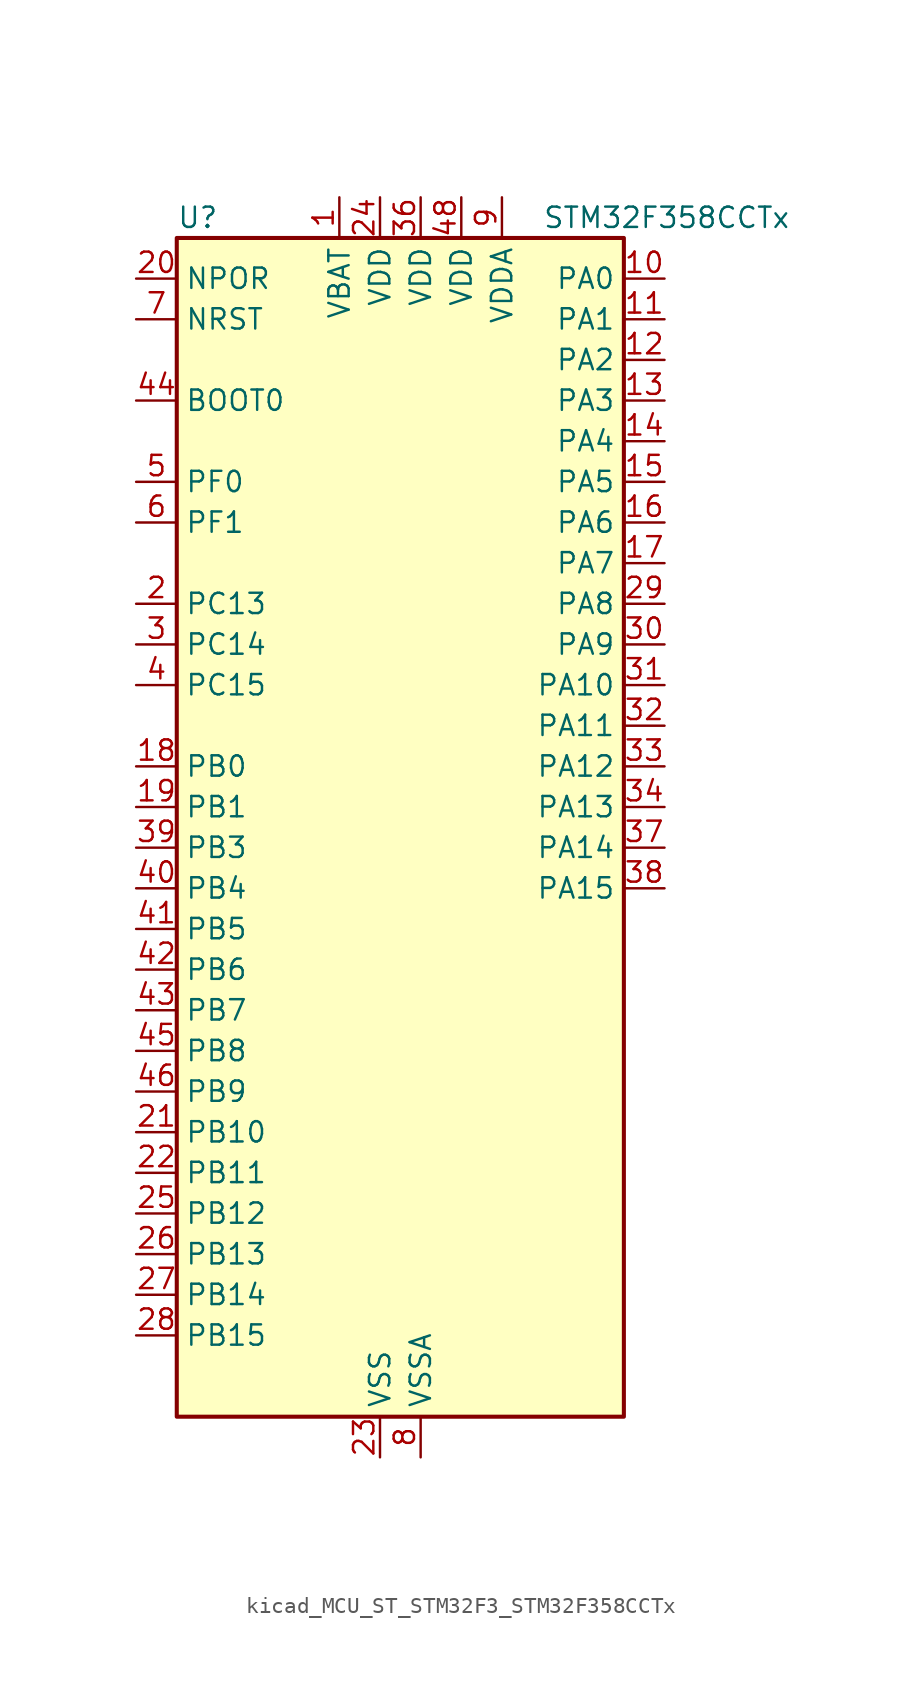
<source format=kicad_sym>
(kicad_symbol_lib
  (version 20220914)
  (generator kicad_symbol_editor)
  (symbol "kicad_MCU_ST_STM32F3_STM32F358CCTx"
    (property "Reference" "U"
      (at -12.7 39.37 0)
      (effects (font (size 1.27 1.27)) (justify left)))
    (property "Value" "STM32F358CCTx"
      (at 10.16 39.37 0)
      (effects (font (size 1.27 1.27)) (justify left)))
    (property "ki_locked" ""
      (at 0 0 0)
      (effects (font (size 1.27 1.27))))
    (symbol "kicad_MCU_ST_STM32F3_STM32F358CCTx_0_1"
      (rectangle (start -12.7 -35.56) (end 15.24 38.1) (stroke (width 0.254) (type default)) (fill (type background))))
    (symbol "kicad_MCU_ST_STM32F3_STM32F358CCTx_1_1"
      (pin power_in line (at -2.54 40.64 270) (length 2.54) (name "VBAT" (effects (font (size 1.27 1.27)))) (number "1" (effects (font (size 1.27 1.27)))))
      (pin bidirectional line (at 17.78 35.56 180) (length 2.54) (name "PA0" (effects (font (size 1.27 1.27)))) (number "10" (effects (font (size 1.27 1.27)))) (alternate "ADC1_IN1" bidirectional line) (alternate "COMP1_INM" bidirectional line) (alternate "COMP1_OUT" bidirectional line) (alternate "COMP7_INP" bidirectional line) (alternate "RTC_TAMP2" bidirectional line) (alternate "SYS_WKUP1" bidirectional line) (alternate "TIM2_CH1" bidirectional line) (alternate "TIM2_ETR" bidirectional line) (alternate "TIM8_BKIN" bidirectional line) (alternate "TIM8_ETR" bidirectional line) (alternate "TSC_G1_IO1" bidirectional line) (alternate "USART2_CTS" bidirectional line))
      (pin bidirectional line (at 17.78 33.02 180) (length 2.54) (name "PA1" (effects (font (size 1.27 1.27)))) (number "11" (effects (font (size 1.27 1.27)))) (alternate "ADC1_IN2" bidirectional line) (alternate "COMP1_INP" bidirectional line) (alternate "OPAMP1_VINP" bidirectional line) (alternate "OPAMP1_VINP_SEC" bidirectional line) (alternate "OPAMP3_VINP" bidirectional line) (alternate "OPAMP3_VINP_SEC" bidirectional line) (alternate "RTC_REFIN" bidirectional line) (alternate "TIM15_CH1N" bidirectional line) (alternate "TIM2_CH2" bidirectional line) (alternate "TSC_G1_IO2" bidirectional line) (alternate "USART2_DE" bidirectional line) (alternate "USART2_RTS" bidirectional line))
      (pin bidirectional line (at 17.78 30.48 180) (length 2.54) (name "PA2" (effects (font (size 1.27 1.27)))) (number "12" (effects (font (size 1.27 1.27)))) (alternate "ADC1_IN3" bidirectional line) (alternate "ADC3_EXTI2" bidirectional line) (alternate "ADC4_EXTI2" bidirectional line) (alternate "COMP2_INM" bidirectional line) (alternate "COMP2_OUT" bidirectional line) (alternate "OPAMP1_VOUT" bidirectional line) (alternate "TIM15_CH1" bidirectional line) (alternate "TIM2_CH3" bidirectional line) (alternate "TSC_G1_IO3" bidirectional line) (alternate "USART2_TX" bidirectional line))
      (pin bidirectional line (at 17.78 27.94 180) (length 2.54) (name "PA3" (effects (font (size 1.27 1.27)))) (number "13" (effects (font (size 1.27 1.27)))) (alternate "ADC1_IN4" bidirectional line) (alternate "COMP2_INP" bidirectional line) (alternate "OPAMP1_VINM" bidirectional line) (alternate "OPAMP1_VINM_SEC" bidirectional line) (alternate "OPAMP1_VINP" bidirectional line) (alternate "OPAMP1_VINP_SEC" bidirectional line) (alternate "TIM15_CH2" bidirectional line) (alternate "TIM2_CH4" bidirectional line) (alternate "TSC_G1_IO4" bidirectional line) (alternate "USART2_RX" bidirectional line))
      (pin bidirectional line (at 17.78 25.4 180) (length 2.54) (name "PA4" (effects (font (size 1.27 1.27)))) (number "14" (effects (font (size 1.27 1.27)))) (alternate "ADC2_IN1" bidirectional line) (alternate "COMP1_INM" bidirectional line) (alternate "COMP2_INM" bidirectional line) (alternate "COMP3_INM" bidirectional line) (alternate "COMP4_INM" bidirectional line) (alternate "COMP5_INM" bidirectional line) (alternate "COMP6_INM" bidirectional line) (alternate "COMP7_INM" bidirectional line) (alternate "DAC_OUT1" bidirectional line) (alternate "I2S3_WS" bidirectional line) (alternate "OPAMP4_VINP" bidirectional line) (alternate "OPAMP4_VINP_SEC" bidirectional line) (alternate "SPI1_NSS" bidirectional line) (alternate "SPI3_NSS" bidirectional line) (alternate "TIM3_CH2" bidirectional line) (alternate "TSC_G2_IO1" bidirectional line) (alternate "USART2_CK" bidirectional line))
      (pin bidirectional line (at 17.78 22.86 180) (length 2.54) (name "PA5" (effects (font (size 1.27 1.27)))) (number "15" (effects (font (size 1.27 1.27)))) (alternate "ADC2_IN2" bidirectional line) (alternate "COMP1_INM" bidirectional line) (alternate "COMP2_INM" bidirectional line) (alternate "COMP3_INM" bidirectional line) (alternate "COMP4_INM" bidirectional line) (alternate "COMP5_INM" bidirectional line) (alternate "COMP6_INM" bidirectional line) (alternate "COMP7_INM" bidirectional line) (alternate "DAC_OUT2" bidirectional line) (alternate "OPAMP1_VINP" bidirectional line) (alternate "OPAMP1_VINP_SEC" bidirectional line) (alternate "OPAMP2_VINM" bidirectional line) (alternate "OPAMP2_VINM_SEC" bidirectional line) (alternate "OPAMP3_VINP" bidirectional line) (alternate "OPAMP3_VINP_SEC" bidirectional line) (alternate "SPI1_SCK" bidirectional line) (alternate "TIM2_CH1" bidirectional line) (alternate "TIM2_ETR" bidirectional line) (alternate "TSC_G2_IO2" bidirectional line))
      (pin bidirectional line (at 17.78 20.32 180) (length 2.54) (name "PA6" (effects (font (size 1.27 1.27)))) (number "16" (effects (font (size 1.27 1.27)))) (alternate "ADC2_IN3" bidirectional line) (alternate "COMP1_OUT" bidirectional line) (alternate "OPAMP2_VOUT" bidirectional line) (alternate "SPI1_MISO" bidirectional line) (alternate "TIM16_CH1" bidirectional line) (alternate "TIM1_BKIN" bidirectional line) (alternate "TIM3_CH1" bidirectional line) (alternate "TIM8_BKIN" bidirectional line) (alternate "TSC_G2_IO3" bidirectional line))
      (pin bidirectional line (at 17.78 17.78 180) (length 2.54) (name "PA7" (effects (font (size 1.27 1.27)))) (number "17" (effects (font (size 1.27 1.27)))) (alternate "ADC2_IN4" bidirectional line) (alternate "COMP2_INP" bidirectional line) (alternate "COMP2_OUT" bidirectional line) (alternate "OPAMP1_VINP" bidirectional line) (alternate "OPAMP1_VINP_SEC" bidirectional line) (alternate "OPAMP2_VINP" bidirectional line) (alternate "OPAMP2_VINP_SEC" bidirectional line) (alternate "SPI1_MOSI" bidirectional line) (alternate "TIM17_CH1" bidirectional line) (alternate "TIM1_CH1N" bidirectional line) (alternate "TIM3_CH2" bidirectional line) (alternate "TIM8_CH1N" bidirectional line) (alternate "TSC_G2_IO4" bidirectional line))
      (pin bidirectional line (at -15.24 5.08 0) (length 2.54) (name "PB0" (effects (font (size 1.27 1.27)))) (number "18" (effects (font (size 1.27 1.27)))) (alternate "ADC3_IN12" bidirectional line) (alternate "COMP4_INP" bidirectional line) (alternate "OPAMP2_VINP" bidirectional line) (alternate "OPAMP2_VINP_SEC" bidirectional line) (alternate "OPAMP3_VINP" bidirectional line) (alternate "OPAMP3_VINP_SEC" bidirectional line) (alternate "TIM1_CH2N" bidirectional line) (alternate "TIM3_CH3" bidirectional line) (alternate "TIM8_CH2N" bidirectional line) (alternate "TSC_G3_IO2" bidirectional line))
      (pin bidirectional line (at -15.24 2.54 0) (length 2.54) (name "PB1" (effects (font (size 1.27 1.27)))) (number "19" (effects (font (size 1.27 1.27)))) (alternate "ADC3_IN1" bidirectional line) (alternate "COMP4_OUT" bidirectional line) (alternate "OPAMP3_VOUT" bidirectional line) (alternate "TIM1_CH3N" bidirectional line) (alternate "TIM3_CH4" bidirectional line) (alternate "TIM8_CH3N" bidirectional line) (alternate "TSC_G3_IO3" bidirectional line))
      (pin bidirectional line (at -15.24 15.24 0) (length 2.54) (name "PC13" (effects (font (size 1.27 1.27)))) (number "2" (effects (font (size 1.27 1.27)))) (alternate "RTC_OUT_ALARM" bidirectional line) (alternate "RTC_OUT_CALIB" bidirectional line) (alternate "RTC_TAMP1" bidirectional line) (alternate "RTC_TS" bidirectional line) (alternate "SYS_WKUP2" bidirectional line) (alternate "TIM1_CH1N" bidirectional line))
      (pin input line (at -15.24 35.56 0) (length 2.54) (name "NPOR" (effects (font (size 1.27 1.27)))) (number "20" (effects (font (size 1.27 1.27)))))
      (pin bidirectional line (at -15.24 -17.78 0) (length 2.54) (name "PB10" (effects (font (size 1.27 1.27)))) (number "21" (effects (font (size 1.27 1.27)))) (alternate "COMP5_INM" bidirectional line) (alternate "OPAMP3_VINM" bidirectional line) (alternate "OPAMP3_VINM_SEC" bidirectional line) (alternate "OPAMP4_VINM" bidirectional line) (alternate "OPAMP4_VINM_SEC" bidirectional line) (alternate "TIM2_CH3" bidirectional line) (alternate "TSC_SYNC" bidirectional line) (alternate "USART3_TX" bidirectional line))
      (pin bidirectional line (at -15.24 -20.32 0) (length 2.54) (name "PB11" (effects (font (size 1.27 1.27)))) (number "22" (effects (font (size 1.27 1.27)))) (alternate "ADC1_EXTI11" bidirectional line) (alternate "ADC2_EXTI11" bidirectional line) (alternate "COMP6_INP" bidirectional line) (alternate "OPAMP4_VINP" bidirectional line) (alternate "OPAMP4_VINP_SEC" bidirectional line) (alternate "TIM2_CH4" bidirectional line) (alternate "TSC_G6_IO1" bidirectional line) (alternate "USART3_RX" bidirectional line))
      (pin power_in line (at 0 -38.1 90) (length 2.54) (name "VSS" (effects (font (size 1.27 1.27)))) (number "23" (effects (font (size 1.27 1.27)))))
      (pin power_in line (at 0 40.64 270) (length 2.54) (name "VDD" (effects (font (size 1.27 1.27)))) (number "24" (effects (font (size 1.27 1.27)))))
      (pin bidirectional line (at -15.24 -22.86 0) (length 2.54) (name "PB12" (effects (font (size 1.27 1.27)))) (number "25" (effects (font (size 1.27 1.27)))) (alternate "ADC4_IN3" bidirectional line) (alternate "COMP3_INM" bidirectional line) (alternate "I2C2_SMBA" bidirectional line) (alternate "I2S2_WS" bidirectional line) (alternate "OPAMP4_VOUT" bidirectional line) (alternate "SPI2_NSS" bidirectional line) (alternate "TIM1_BKIN" bidirectional line) (alternate "TSC_G6_IO2" bidirectional line) (alternate "USART3_CK" bidirectional line))
      (pin bidirectional line (at -15.24 -25.4 0) (length 2.54) (name "PB13" (effects (font (size 1.27 1.27)))) (number "26" (effects (font (size 1.27 1.27)))) (alternate "ADC3_IN5" bidirectional line) (alternate "COMP5_INP" bidirectional line) (alternate "I2S2_CK" bidirectional line) (alternate "OPAMP3_VINP" bidirectional line) (alternate "OPAMP3_VINP_SEC" bidirectional line) (alternate "OPAMP4_VINP" bidirectional line) (alternate "OPAMP4_VINP_SEC" bidirectional line) (alternate "SPI2_SCK" bidirectional line) (alternate "TIM1_CH1N" bidirectional line) (alternate "TSC_G6_IO3" bidirectional line) (alternate "USART3_CTS" bidirectional line))
      (pin bidirectional line (at -15.24 -27.94 0) (length 2.54) (name "PB14" (effects (font (size 1.27 1.27)))) (number "27" (effects (font (size 1.27 1.27)))) (alternate "ADC4_IN4" bidirectional line) (alternate "COMP3_INP" bidirectional line) (alternate "I2S2_ext_SD" bidirectional line) (alternate "OPAMP2_VINP" bidirectional line) (alternate "OPAMP2_VINP_SEC" bidirectional line) (alternate "SPI2_MISO" bidirectional line) (alternate "TIM15_CH1" bidirectional line) (alternate "TIM1_CH2N" bidirectional line) (alternate "TSC_G6_IO4" bidirectional line) (alternate "USART3_DE" bidirectional line) (alternate "USART3_RTS" bidirectional line))
      (pin bidirectional line (at -15.24 -30.48 0) (length 2.54) (name "PB15" (effects (font (size 1.27 1.27)))) (number "28" (effects (font (size 1.27 1.27)))) (alternate "ADC1_EXTI15" bidirectional line) (alternate "ADC2_EXTI15" bidirectional line) (alternate "ADC4_IN5" bidirectional line) (alternate "COMP6_INM" bidirectional line) (alternate "I2S2_SD" bidirectional line) (alternate "RTC_REFIN" bidirectional line) (alternate "SPI2_MOSI" bidirectional line) (alternate "TIM15_CH1N" bidirectional line) (alternate "TIM15_CH2" bidirectional line) (alternate "TIM1_CH3N" bidirectional line))
      (pin bidirectional line (at 17.78 15.24 180) (length 2.54) (name "PA8" (effects (font (size 1.27 1.27)))) (number "29" (effects (font (size 1.27 1.27)))) (alternate "COMP3_OUT" bidirectional line) (alternate "I2C2_SMBA" bidirectional line) (alternate "I2S2_MCK" bidirectional line) (alternate "RCC_MCO" bidirectional line) (alternate "TIM1_CH1" bidirectional line) (alternate "TIM4_ETR" bidirectional line) (alternate "USART1_CK" bidirectional line))
      (pin bidirectional line (at -15.24 12.7 0) (length 2.54) (name "PC14" (effects (font (size 1.27 1.27)))) (number "3" (effects (font (size 1.27 1.27)))) (alternate "RCC_OSC32_IN" bidirectional line))
      (pin bidirectional line (at 17.78 12.7 180) (length 2.54) (name "PA9" (effects (font (size 1.27 1.27)))) (number "30" (effects (font (size 1.27 1.27)))) (alternate "COMP5_OUT" bidirectional line) (alternate "DAC_EXTI9" bidirectional line) (alternate "I2C2_SCL" bidirectional line) (alternate "I2S3_MCK" bidirectional line) (alternate "TIM15_BKIN" bidirectional line) (alternate "TIM1_CH2" bidirectional line) (alternate "TIM2_CH3" bidirectional line) (alternate "TSC_G4_IO1" bidirectional line) (alternate "USART1_TX" bidirectional line))
      (pin bidirectional line (at 17.78 10.16 180) (length 2.54) (name "PA10" (effects (font (size 1.27 1.27)))) (number "31" (effects (font (size 1.27 1.27)))) (alternate "COMP6_OUT" bidirectional line) (alternate "I2C2_SDA" bidirectional line) (alternate "TIM17_BKIN" bidirectional line) (alternate "TIM1_CH3" bidirectional line) (alternate "TIM2_CH4" bidirectional line) (alternate "TIM8_BKIN" bidirectional line) (alternate "TSC_G4_IO2" bidirectional line) (alternate "USART1_RX" bidirectional line))
      (pin bidirectional line (at 17.78 7.62 180) (length 2.54) (name "PA11" (effects (font (size 1.27 1.27)))) (number "32" (effects (font (size 1.27 1.27)))) (alternate "ADC1_EXTI11" bidirectional line) (alternate "ADC2_EXTI11" bidirectional line) (alternate "CAN_RX" bidirectional line) (alternate "COMP1_OUT" bidirectional line) (alternate "TIM1_BKIN2" bidirectional line) (alternate "TIM1_CH1N" bidirectional line) (alternate "TIM1_CH4" bidirectional line) (alternate "TIM4_CH1" bidirectional line) (alternate "USART1_CTS" bidirectional line))
      (pin bidirectional line (at 17.78 5.08 180) (length 2.54) (name "PA12" (effects (font (size 1.27 1.27)))) (number "33" (effects (font (size 1.27 1.27)))) (alternate "CAN_TX" bidirectional line) (alternate "COMP2_OUT" bidirectional line) (alternate "TIM16_CH1" bidirectional line) (alternate "TIM1_CH2N" bidirectional line) (alternate "TIM1_ETR" bidirectional line) (alternate "TIM4_CH2" bidirectional line) (alternate "USART1_DE" bidirectional line) (alternate "USART1_RTS" bidirectional line))
      (pin bidirectional line (at 17.78 2.54 180) (length 2.54) (name "PA13" (effects (font (size 1.27 1.27)))) (number "34" (effects (font (size 1.27 1.27)))) (alternate "IR_OUT" bidirectional line) (alternate "SYS_JTMS-SWDIO" bidirectional line) (alternate "TIM16_CH1N" bidirectional line) (alternate "TIM4_CH3" bidirectional line) (alternate "TSC_G4_IO3" bidirectional line) (alternate "USART3_CTS" bidirectional line))
      (pin passive line (at 0 -38.1 90) (length 2.54) hide (name "VSS" (effects (font (size 1.27 1.27)))) (number "35" (effects (font (size 1.27 1.27)))))
      (pin power_in line (at 2.54 40.64 270) (length 2.54) (name "VDD" (effects (font (size 1.27 1.27)))) (number "36" (effects (font (size 1.27 1.27)))))
      (pin bidirectional line (at 17.78 0 180) (length 2.54) (name "PA14" (effects (font (size 1.27 1.27)))) (number "37" (effects (font (size 1.27 1.27)))) (alternate "I2C1_SDA" bidirectional line) (alternate "SYS_JTCK-SWCLK" bidirectional line) (alternate "TIM1_BKIN" bidirectional line) (alternate "TIM8_CH2" bidirectional line) (alternate "TSC_G4_IO4" bidirectional line) (alternate "USART2_TX" bidirectional line))
      (pin bidirectional line (at 17.78 -2.54 180) (length 2.54) (name "PA15" (effects (font (size 1.27 1.27)))) (number "38" (effects (font (size 1.27 1.27)))) (alternate "ADC1_EXTI15" bidirectional line) (alternate "ADC2_EXTI15" bidirectional line) (alternate "I2C1_SCL" bidirectional line) (alternate "I2S3_WS" bidirectional line) (alternate "SPI1_NSS" bidirectional line) (alternate "SPI3_NSS" bidirectional line) (alternate "SYS_JTDI" bidirectional line) (alternate "TIM1_BKIN" bidirectional line) (alternate "TIM2_CH1" bidirectional line) (alternate "TIM2_ETR" bidirectional line) (alternate "TIM8_CH1" bidirectional line) (alternate "USART2_RX" bidirectional line))
      (pin bidirectional line (at -15.24 0 0) (length 2.54) (name "PB3" (effects (font (size 1.27 1.27)))) (number "39" (effects (font (size 1.27 1.27)))) (alternate "I2S3_CK" bidirectional line) (alternate "SPI1_SCK" bidirectional line) (alternate "SPI3_SCK" bidirectional line) (alternate "SYS_JTDO-TRACESWO" bidirectional line) (alternate "TIM2_CH2" bidirectional line) (alternate "TIM3_ETR" bidirectional line) (alternate "TIM4_ETR" bidirectional line) (alternate "TIM8_CH1N" bidirectional line) (alternate "TSC_G5_IO1" bidirectional line) (alternate "USART2_TX" bidirectional line))
      (pin bidirectional line (at -15.24 10.16 0) (length 2.54) (name "PC15" (effects (font (size 1.27 1.27)))) (number "4" (effects (font (size 1.27 1.27)))) (alternate "ADC1_EXTI15" bidirectional line) (alternate "ADC2_EXTI15" bidirectional line) (alternate "RCC_OSC32_OUT" bidirectional line))
      (pin bidirectional line (at -15.24 -2.54 0) (length 2.54) (name "PB4" (effects (font (size 1.27 1.27)))) (number "40" (effects (font (size 1.27 1.27)))) (alternate "I2S3_ext_SD" bidirectional line) (alternate "SPI1_MISO" bidirectional line) (alternate "SPI3_MISO" bidirectional line) (alternate "SYS_NJTRST" bidirectional line) (alternate "TIM16_CH1" bidirectional line) (alternate "TIM17_BKIN" bidirectional line) (alternate "TIM3_CH1" bidirectional line) (alternate "TIM8_CH2N" bidirectional line) (alternate "TSC_G5_IO2" bidirectional line) (alternate "USART2_RX" bidirectional line))
      (pin bidirectional line (at -15.24 -5.08 0) (length 2.54) (name "PB5" (effects (font (size 1.27 1.27)))) (number "41" (effects (font (size 1.27 1.27)))) (alternate "I2C1_SMBA" bidirectional line) (alternate "I2S3_SD" bidirectional line) (alternate "SPI1_MOSI" bidirectional line) (alternate "SPI3_MOSI" bidirectional line) (alternate "TIM16_BKIN" bidirectional line) (alternate "TIM17_CH1" bidirectional line) (alternate "TIM3_CH2" bidirectional line) (alternate "TIM8_CH3N" bidirectional line) (alternate "USART2_CK" bidirectional line))
      (pin bidirectional line (at -15.24 -7.62 0) (length 2.54) (name "PB6" (effects (font (size 1.27 1.27)))) (number "42" (effects (font (size 1.27 1.27)))) (alternate "I2C1_SCL" bidirectional line) (alternate "TIM16_CH1N" bidirectional line) (alternate "TIM4_CH1" bidirectional line) (alternate "TIM8_BKIN2" bidirectional line) (alternate "TIM8_CH1" bidirectional line) (alternate "TIM8_ETR" bidirectional line) (alternate "TSC_G5_IO3" bidirectional line) (alternate "USART1_TX" bidirectional line))
      (pin bidirectional line (at -15.24 -10.16 0) (length 2.54) (name "PB7" (effects (font (size 1.27 1.27)))) (number "43" (effects (font (size 1.27 1.27)))) (alternate "I2C1_SDA" bidirectional line) (alternate "TIM17_CH1N" bidirectional line) (alternate "TIM3_CH4" bidirectional line) (alternate "TIM4_CH2" bidirectional line) (alternate "TIM8_BKIN" bidirectional line) (alternate "TSC_G5_IO4" bidirectional line) (alternate "USART1_RX" bidirectional line))
      (pin input line (at -15.24 27.94 0) (length 2.54) (name "BOOT0" (effects (font (size 1.27 1.27)))) (number "44" (effects (font (size 1.27 1.27)))))
      (pin bidirectional line (at -15.24 -12.7 0) (length 2.54) (name "PB8" (effects (font (size 1.27 1.27)))) (number "45" (effects (font (size 1.27 1.27)))) (alternate "CAN_RX" bidirectional line) (alternate "COMP1_OUT" bidirectional line) (alternate "I2C1_SCL" bidirectional line) (alternate "TIM16_CH1" bidirectional line) (alternate "TIM1_BKIN" bidirectional line) (alternate "TIM4_CH3" bidirectional line) (alternate "TIM8_CH2" bidirectional line) (alternate "TSC_SYNC" bidirectional line))
      (pin bidirectional line (at -15.24 -15.24 0) (length 2.54) (name "PB9" (effects (font (size 1.27 1.27)))) (number "46" (effects (font (size 1.27 1.27)))) (alternate "CAN_TX" bidirectional line) (alternate "COMP2_OUT" bidirectional line) (alternate "DAC_EXTI9" bidirectional line) (alternate "I2C1_SDA" bidirectional line) (alternate "IR_OUT" bidirectional line) (alternate "TIM17_CH1" bidirectional line) (alternate "TIM4_CH4" bidirectional line) (alternate "TIM8_CH3" bidirectional line))
      (pin passive line (at 0 -38.1 90) (length 2.54) hide (name "VSS" (effects (font (size 1.27 1.27)))) (number "47" (effects (font (size 1.27 1.27)))))
      (pin power_in line (at 5.08 40.64 270) (length 2.54) (name "VDD" (effects (font (size 1.27 1.27)))) (number "48" (effects (font (size 1.27 1.27)))))
      (pin bidirectional line (at -15.24 22.86 0) (length 2.54) (name "PF0" (effects (font (size 1.27 1.27)))) (number "5" (effects (font (size 1.27 1.27)))) (alternate "I2C2_SDA" bidirectional line) (alternate "RCC_OSC_IN" bidirectional line) (alternate "TIM1_CH3N" bidirectional line))
      (pin bidirectional line (at -15.24 20.32 0) (length 2.54) (name "PF1" (effects (font (size 1.27 1.27)))) (number "6" (effects (font (size 1.27 1.27)))) (alternate "I2C2_SCL" bidirectional line) (alternate "RCC_OSC_OUT" bidirectional line))
      (pin input line (at -15.24 33.02 0) (length 2.54) (name "NRST" (effects (font (size 1.27 1.27)))) (number "7" (effects (font (size 1.27 1.27)))))
      (pin power_in line (at 2.54 -38.1 90) (length 2.54) (name "VSSA" (effects (font (size 1.27 1.27)))) (number "8" (effects (font (size 1.27 1.27)))))
      (pin power_in line (at 7.62 40.64 270) (length 2.54) (name "VDDA" (effects (font (size 1.27 1.27)))) (number "9" (effects (font (size 1.27 1.27))))))))
</source>
